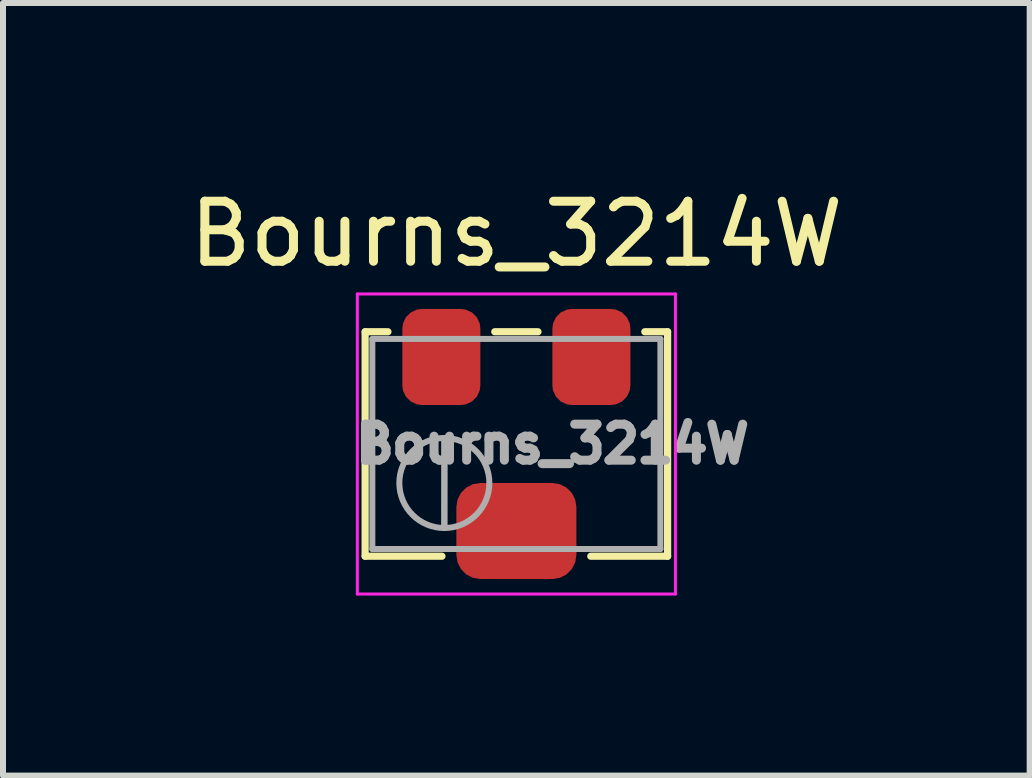
<source format=kicad_pcb>
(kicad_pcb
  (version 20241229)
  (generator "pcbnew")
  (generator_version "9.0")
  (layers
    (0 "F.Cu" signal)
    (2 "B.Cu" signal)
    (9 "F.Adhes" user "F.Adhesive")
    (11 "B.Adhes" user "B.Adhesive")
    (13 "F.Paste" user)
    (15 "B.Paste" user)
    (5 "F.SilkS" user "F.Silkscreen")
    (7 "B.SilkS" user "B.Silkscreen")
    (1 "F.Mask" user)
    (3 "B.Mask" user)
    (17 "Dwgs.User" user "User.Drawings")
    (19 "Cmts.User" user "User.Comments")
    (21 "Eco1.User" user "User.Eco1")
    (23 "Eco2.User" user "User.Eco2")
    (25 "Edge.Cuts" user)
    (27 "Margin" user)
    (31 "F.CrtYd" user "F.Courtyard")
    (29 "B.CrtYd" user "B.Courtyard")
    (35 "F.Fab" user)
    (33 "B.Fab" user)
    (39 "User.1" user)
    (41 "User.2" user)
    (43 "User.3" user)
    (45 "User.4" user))
  (footprint "Bourns_3214W"
    (layer "F.Cu")
    (at 5.554 4.348)
    (property "Reference" "Bourns_3214W" (at 0 -3.5 0) (layer "F.SilkS") (effects (font (size 1 1) (thickness 0.15))))
    (attr smd)
    (fp_line (start -2.52 -1.87) (end -2.52 1.87) (stroke (width 0.12) (type solid)) (layer "F.SilkS"))
    (fp_line (start -2.52 -1.87) (end -2.14 -1.87) (stroke (width 0.12) (type solid)) (layer "F.SilkS"))
    (fp_line (start -2.52 1.87) (end -1.24 1.87) (stroke (width 0.12) (type solid)) (layer "F.SilkS"))
    (fp_line (start -0.36 -1.87) (end 0.36 -1.87) (stroke (width 0.12) (type solid)) (layer "F.SilkS"))
    (fp_line (start 1.24 1.87) (end 2.52 1.87) (stroke (width 0.12) (type solid)) (layer "F.SilkS"))
    (fp_line (start 2.14 -1.87) (end 2.52 -1.87) (stroke (width 0.12) (type solid)) (layer "F.SilkS"))
    (fp_line (start 2.52 -1.87) (end 2.52 1.87) (stroke (width 0.12) (type solid)) (layer "F.SilkS"))
    (fp_line (start -2.65 -2.5) (end -2.65 2.5) (stroke (width 0.05) (type solid)) (layer "F.CrtYd"))
    (fp_line (start -2.65 2.5) (end 2.65 2.5) (stroke (width 0.05) (type solid)) (layer "F.CrtYd"))
    (fp_line (start 2.65 -2.5) (end -2.65 -2.5) (stroke (width 0.05) (type solid)) (layer "F.CrtYd"))
    (fp_line (start 2.65 2.5) (end 2.65 -2.5) (stroke (width 0.05) (type solid)) (layer "F.CrtYd"))
    (fp_line (start -2.4 -1.75) (end -2.4 1.75) (stroke (width 0.1) (type solid)) (layer "F.Fab"))
    (fp_line (start -2.4 1.75) (end 2.4 1.75) (stroke (width 0.1) (type solid)) (layer "F.Fab"))
    (fp_line (start -1.2 1.393) (end -1.199 -0.092) (stroke (width 0.1) (type solid)) (layer "F.Fab"))
    (fp_line (start -1.2 1.393) (end -1.199 -0.092) (stroke (width 0.1) (type solid)) (layer "F.Fab"))
    (fp_line (start 2.4 -1.75) (end -2.4 -1.75) (stroke (width 0.1) (type solid)) (layer "F.Fab"))
    (fp_line (start 2.4 1.75) (end 2.4 -1.75) (stroke (width 0.1) (type solid)) (layer "F.Fab"))
    (fp_circle (center -1.2 0.65) (end -0.45 0.65) (stroke (width 0.1) (type solid)) (fill no) (layer "F.Fab"))
    (fp_text user "${REFERENCE}" (at 0.6 0 0) (layer "F.Fab") (effects (font (size 0.6 0.6) (thickness 0.15))))
    (pad "1" smd roundrect (at 1.25 -1.45) (size 1.3 1.6) (layers "F.Cu" "F.Mask" "F.Paste") (roundrect_rratio 0.25))
    (pad "2" smd roundrect (at 0 1.45) (size 2 1.6) (layers "F.Cu" "F.Mask" "F.Paste") (roundrect_rratio 0.25))
    (pad "3" smd roundrect (at -1.25 -1.45) (size 1.3 1.6) (layers "F.Cu" "F.Mask" "F.Paste") (roundrect_rratio 0.25)))
  (gr_rect
    (start -3 -3)
    (end 14.107 9.873)
    (stroke (width 0.1) (type default))
    (fill no)
    (layer "Edge.Cuts")))
</source>
